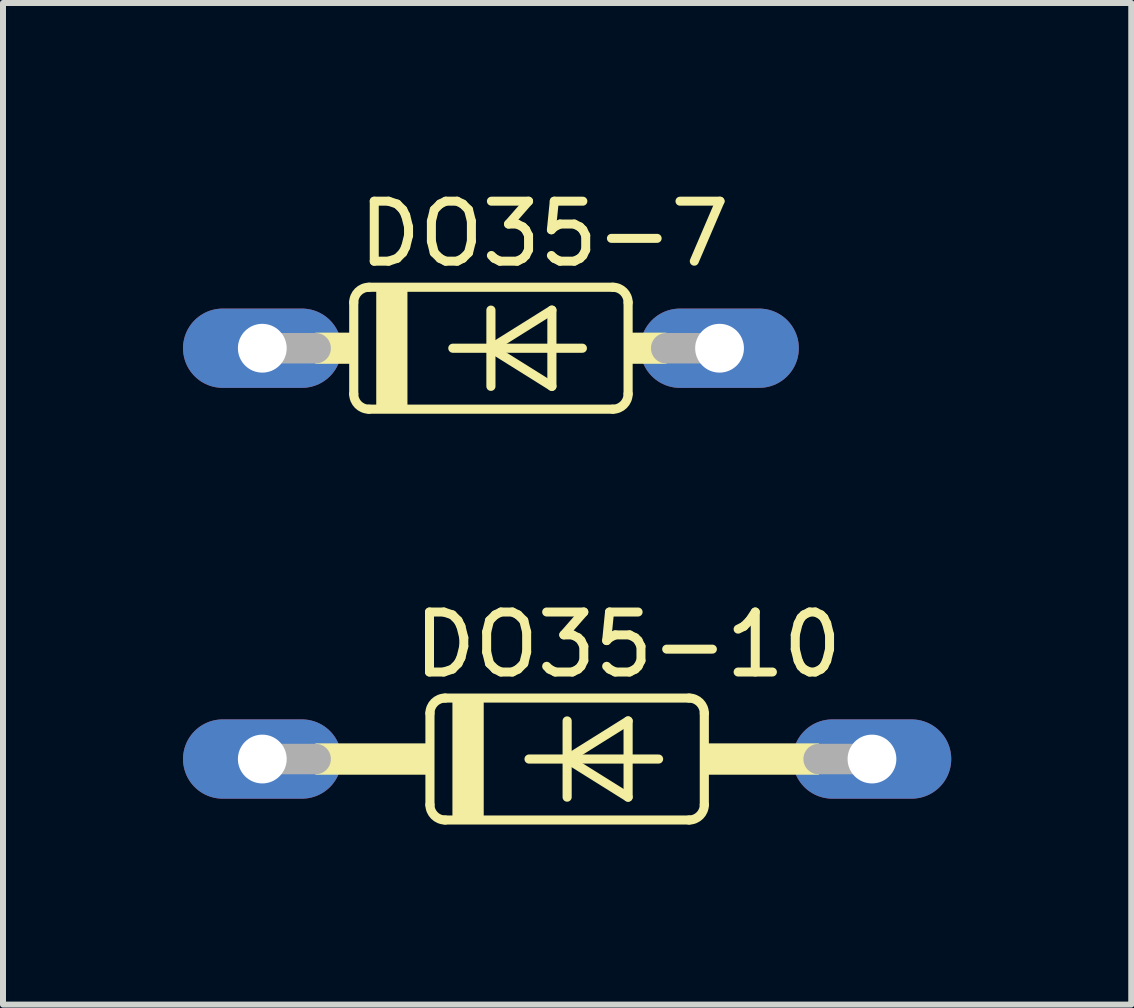
<source format=kicad_pcb>
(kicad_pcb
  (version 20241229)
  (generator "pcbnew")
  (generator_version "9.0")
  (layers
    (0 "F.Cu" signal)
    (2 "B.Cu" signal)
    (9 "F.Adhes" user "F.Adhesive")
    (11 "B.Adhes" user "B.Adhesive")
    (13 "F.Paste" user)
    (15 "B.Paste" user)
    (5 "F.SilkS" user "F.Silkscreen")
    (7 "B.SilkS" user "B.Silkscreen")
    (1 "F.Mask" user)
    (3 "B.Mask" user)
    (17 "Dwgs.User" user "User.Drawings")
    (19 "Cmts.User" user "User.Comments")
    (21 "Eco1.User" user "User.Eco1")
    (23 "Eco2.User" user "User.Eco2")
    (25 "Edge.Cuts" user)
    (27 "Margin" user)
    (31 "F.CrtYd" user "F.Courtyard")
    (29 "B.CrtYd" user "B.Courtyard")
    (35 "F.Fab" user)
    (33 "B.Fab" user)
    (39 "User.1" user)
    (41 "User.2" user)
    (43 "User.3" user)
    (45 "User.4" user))
  (footprint "DO35-10"
    (layer "F.Cu")
    (at 6.401 9.599)
    (property "Reference" "DO35-10" (at 1.016 -1.905 0) (layer "F.SilkS") (effects (font (size 1 1) (thickness 0.15))))
    (attr through_hole)
    (fp_line (start -2.286 -0.762) (end -2.286 0.762) (stroke (width 0.152) (type solid)) (layer "F.SilkS"))
    (fp_line (start -2.032 -1.016) (end 2.032 -1.016) (stroke (width 0.152) (type solid)) (layer "F.SilkS"))
    (fp_line (start -2.032 1.016) (end 2.032 1.016) (stroke (width 0.152) (type solid)) (layer "F.SilkS"))
    (fp_line (start -0.635 0) (end 0 0) (stroke (width 0.152) (type solid)) (layer "F.SilkS"))
    (fp_line (start 0 -0.635) (end 0 0) (stroke (width 0.152) (type solid)) (layer "F.SilkS"))
    (fp_line (start 0 0) (end 0 0.635) (stroke (width 0.152) (type solid)) (layer "F.SilkS"))
    (fp_line (start 0 0) (end 1.016 -0.635) (stroke (width 0.152) (type solid)) (layer "F.SilkS"))
    (fp_line (start 0 0) (end 1.524 0) (stroke (width 0.152) (type solid)) (layer "F.SilkS"))
    (fp_line (start 1.016 -0.635) (end 1.016 0.635) (stroke (width 0.152) (type solid)) (layer "F.SilkS"))
    (fp_line (start 1.016 0.635) (end 0 0) (stroke (width 0.152) (type solid)) (layer "F.SilkS"))
    (fp_line (start 2.286 0.762) (end 2.286 -0.762) (stroke (width 0.152) (type solid)) (layer "F.SilkS"))
    (fp_arc (start -2.286 -0.762) (mid -2.211605 -0.941605) (end -2.032 -1.016) (stroke (width 0.1524) (type solid)) (layer "F.SilkS"))
    (fp_arc (start -2.032 1.016) (mid -2.211605 0.941605) (end -2.286 0.762) (stroke (width 0.1524) (type solid)) (layer "F.SilkS"))
    (fp_arc (start 2.032 -1.016) (mid 2.211605 -0.941605) (end 2.286 -0.762) (stroke (width 0.1524) (type solid)) (layer "F.SilkS"))
    (fp_arc (start 2.286 0.762) (mid 2.211605 0.941605) (end 2.032 1.016) (stroke (width 0.1524) (type solid)) (layer "F.SilkS"))
    (fp_poly (pts (xy -4.191 -0.254) (xy -2.286 -0.254) (xy -2.286 0.254) (xy -4.191 0.254)) (stroke (width 0.01) (type solid)) (fill yes) (layer "F.SilkS"))
    (fp_poly (pts (xy -1.905 -1.016) (xy -1.397 -1.016) (xy -1.397 1.016) (xy -1.905 1.016)) (stroke (width 0.01) (type solid)) (fill yes) (layer "F.SilkS"))
    (fp_poly (pts (xy 2.286 -0.254) (xy 4.191 -0.254) (xy 4.191 0.254) (xy 2.286 0.254)) (stroke (width 0.01) (type solid)) (fill yes) (layer "F.SilkS"))
    (fp_line (start -5.08 0) (end -4.191 0) (stroke (width 0.508) (type solid)) (layer "F.Fab"))
    (fp_line (start 5.08 0) (end 4.191 0) (stroke (width 0.508) (type solid)) (layer "F.Fab"))
    (pad "A" thru_hole oval (at 5.08 0) (size 2.642 1.321) (drill 0.813) (layers "*.Cu" "*.Mask"))
    (pad "C" thru_hole oval (at -5.08 0) (size 2.642 1.321) (drill 0.813) (layers "*.Cu" "*.Mask")))
  (footprint "DO35-7"
    (layer "F.Cu")
    (at 5.131 2.753)
    (property "Reference" "DO35-7" (at 0.889 -1.905 0) (layer "F.SilkS") (effects (font (size 1 1) (thickness 0.15))))
    (attr through_hole)
    (fp_line (start -2.286 -0.762) (end -2.286 0.762) (stroke (width 0.152) (type solid)) (layer "F.SilkS"))
    (fp_line (start -2.032 -1.016) (end 2.032 -1.016) (stroke (width 0.152) (type solid)) (layer "F.SilkS"))
    (fp_line (start -2.032 1.016) (end 2.032 1.016) (stroke (width 0.152) (type solid)) (layer "F.SilkS"))
    (fp_line (start -0.635 0) (end 0 0) (stroke (width 0.152) (type solid)) (layer "F.SilkS"))
    (fp_line (start 0 -0.635) (end 0 0) (stroke (width 0.152) (type solid)) (layer "F.SilkS"))
    (fp_line (start 0 0) (end 0 0.635) (stroke (width 0.152) (type solid)) (layer "F.SilkS"))
    (fp_line (start 0 0) (end 1.016 -0.635) (stroke (width 0.152) (type solid)) (layer "F.SilkS"))
    (fp_line (start 0 0) (end 1.524 0) (stroke (width 0.152) (type solid)) (layer "F.SilkS"))
    (fp_line (start 1.016 -0.635) (end 1.016 0.635) (stroke (width 0.152) (type solid)) (layer "F.SilkS"))
    (fp_line (start 1.016 0.635) (end 0 0) (stroke (width 0.152) (type solid)) (layer "F.SilkS"))
    (fp_line (start 2.286 -0.762) (end 2.286 0.762) (stroke (width 0.152) (type solid)) (layer "F.SilkS"))
    (fp_arc (start -2.286 -0.762) (mid -2.211605 -0.941605) (end -2.032 -1.016) (stroke (width 0.1524) (type solid)) (layer "F.SilkS"))
    (fp_arc (start -2.032 1.016) (mid -2.211605 0.941605) (end -2.286 0.762) (stroke (width 0.1524) (type solid)) (layer "F.SilkS"))
    (fp_arc (start 2.032 -1.016) (mid 2.211605 -0.941605) (end 2.286 -0.762) (stroke (width 0.1524) (type solid)) (layer "F.SilkS"))
    (fp_arc (start 2.286 0.762) (mid 2.211605 0.941605) (end 2.032 1.016) (stroke (width 0.1524) (type solid)) (layer "F.SilkS"))
    (fp_poly (pts (xy -2.921 -0.254) (xy -2.286 -0.254) (xy -2.286 0.254) (xy -2.921 0.254)) (stroke (width 0.01) (type solid)) (fill yes) (layer "F.SilkS"))
    (fp_poly (pts (xy -1.905 -1.016) (xy -1.397 -1.016) (xy -1.397 1.016) (xy -1.905 1.016)) (stroke (width 0.01) (type solid)) (fill yes) (layer "F.SilkS"))
    (fp_poly (pts (xy 2.286 -0.254) (xy 2.921 -0.254) (xy 2.921 0.254) (xy 2.286 0.254)) (stroke (width 0.01) (type solid)) (fill yes) (layer "F.SilkS"))
    (fp_line (start -3.81 0) (end -2.921 0) (stroke (width 0.508) (type solid)) (layer "F.Fab"))
    (fp_line (start 3.81 0) (end 2.921 0) (stroke (width 0.508) (type solid)) (layer "F.Fab"))
    (pad "1" thru_hole oval (at -3.81 0) (size 2.642 1.321) (drill 0.813) (layers "*.Cu" "*.Mask"))
    (pad "2" thru_hole oval (at 3.81 0) (size 2.642 1.321) (drill 0.813) (layers "*.Cu" "*.Mask")))
  (gr_rect
    (start -3 -3)
    (end 15.802 13.691)
    (stroke (width 0.1) (type default))
    (fill no)
    (layer "Edge.Cuts")))
</source>
